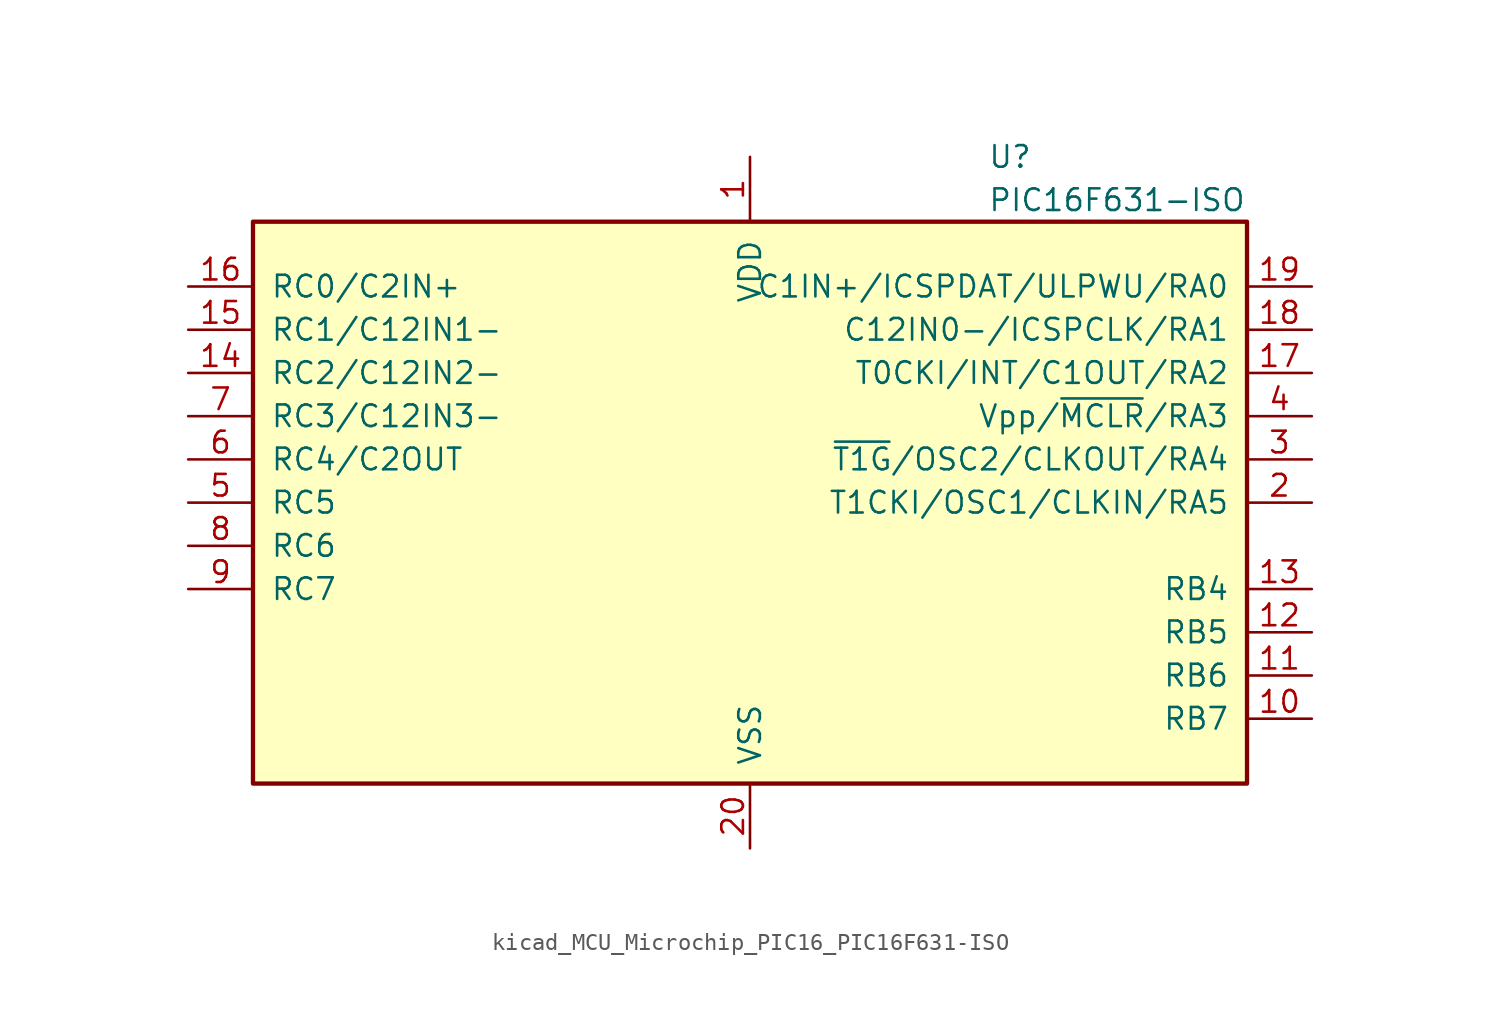
<source format=kicad_sym>
(kicad_symbol_lib
  (version 20220914)
  (generator kicad_symbol_editor)
  (symbol "kicad_MCU_Microchip_PIC16_PIC16F631-ISO"
    (pin_names
      (offset 1.016))
    (property "Reference" "U"
      (at 13.97 20.32 0)
      (effects (font (size 1.27 1.27)) (justify left)))
    (property "Value" "PIC16F631-ISO"
      (at 13.97 17.78 0)
      (effects (font (size 1.27 1.27)) (justify left)))
    (symbol "kicad_MCU_Microchip_PIC16_PIC16F631-ISO_0_1"
      (rectangle (start -29.21 16.51) (end 29.21 -16.51) (stroke (width 0.254) (type default)) (fill (type background))))
    (symbol "kicad_MCU_Microchip_PIC16_PIC16F631-ISO_1_1"
      (pin power_in line (at 0 20.32 270) (length 3.81) (name "VDD" (effects (font (size 1.27 1.27)))) (number "1" (effects (font (size 1.27 1.27)))))
      (pin bidirectional line (at 33.02 -12.7 180) (length 3.81) (name "RB7" (effects (font (size 1.27 1.27)))) (number "10" (effects (font (size 1.27 1.27)))))
      (pin bidirectional line (at 33.02 -10.16 180) (length 3.81) (name "RB6" (effects (font (size 1.27 1.27)))) (number "11" (effects (font (size 1.27 1.27)))))
      (pin bidirectional line (at 33.02 -7.62 180) (length 3.81) (name "RB5" (effects (font (size 1.27 1.27)))) (number "12" (effects (font (size 1.27 1.27)))))
      (pin bidirectional line (at 33.02 -5.08 180) (length 3.81) (name "RB4" (effects (font (size 1.27 1.27)))) (number "13" (effects (font (size 1.27 1.27)))))
      (pin bidirectional line (at -33.02 7.62 0) (length 3.81) (name "RC2/C12IN2-" (effects (font (size 1.27 1.27)))) (number "14" (effects (font (size 1.27 1.27)))))
      (pin bidirectional line (at -33.02 10.16 0) (length 3.81) (name "RC1/C12IN1-" (effects (font (size 1.27 1.27)))) (number "15" (effects (font (size 1.27 1.27)))))
      (pin bidirectional line (at -33.02 12.7 0) (length 3.81) (name "RC0/C2IN+" (effects (font (size 1.27 1.27)))) (number "16" (effects (font (size 1.27 1.27)))))
      (pin bidirectional line (at 33.02 7.62 180) (length 3.81) (name "T0CKI/INT/C1OUT/RA2" (effects (font (size 1.27 1.27)))) (number "17" (effects (font (size 1.27 1.27)))))
      (pin bidirectional line (at 33.02 10.16 180) (length 3.81) (name "C12IN0-/ICSPCLK/RA1" (effects (font (size 1.27 1.27)))) (number "18" (effects (font (size 1.27 1.27)))))
      (pin bidirectional line (at 33.02 12.7 180) (length 3.81) (name "C1IN+/ICSPDAT/ULPWU/RA0" (effects (font (size 1.27 1.27)))) (number "19" (effects (font (size 1.27 1.27)))))
      (pin bidirectional line (at 33.02 0 180) (length 3.81) (name "T1CKI/OSC1/CLKIN/RA5" (effects (font (size 1.27 1.27)))) (number "2" (effects (font (size 1.27 1.27)))))
      (pin power_in line (at 0 -20.32 90) (length 3.81) (name "VSS" (effects (font (size 1.27 1.27)))) (number "20" (effects (font (size 1.27 1.27)))))
      (pin bidirectional line (at 33.02 2.54 180) (length 3.81) (name "~{T1G}/OSC2/CLKOUT/RA4" (effects (font (size 1.27 1.27)))) (number "3" (effects (font (size 1.27 1.27)))))
      (pin input line (at 33.02 5.08 180) (length 3.81) (name "Vpp/~{MCLR}/RA3" (effects (font (size 1.27 1.27)))) (number "4" (effects (font (size 1.27 1.27)))))
      (pin bidirectional line (at -33.02 0 0) (length 3.81) (name "RC5" (effects (font (size 1.27 1.27)))) (number "5" (effects (font (size 1.27 1.27)))))
      (pin bidirectional line (at -33.02 2.54 0) (length 3.81) (name "RC4/C2OUT" (effects (font (size 1.27 1.27)))) (number "6" (effects (font (size 1.27 1.27)))))
      (pin bidirectional line (at -33.02 5.08 0) (length 3.81) (name "RC3/C12IN3-" (effects (font (size 1.27 1.27)))) (number "7" (effects (font (size 1.27 1.27)))))
      (pin bidirectional line (at -33.02 -2.54 0) (length 3.81) (name "RC6" (effects (font (size 1.27 1.27)))) (number "8" (effects (font (size 1.27 1.27)))))
      (pin bidirectional line (at -33.02 -5.08 0) (length 3.81) (name "RC7" (effects (font (size 1.27 1.27)))) (number "9" (effects (font (size 1.27 1.27))))))))
</source>
